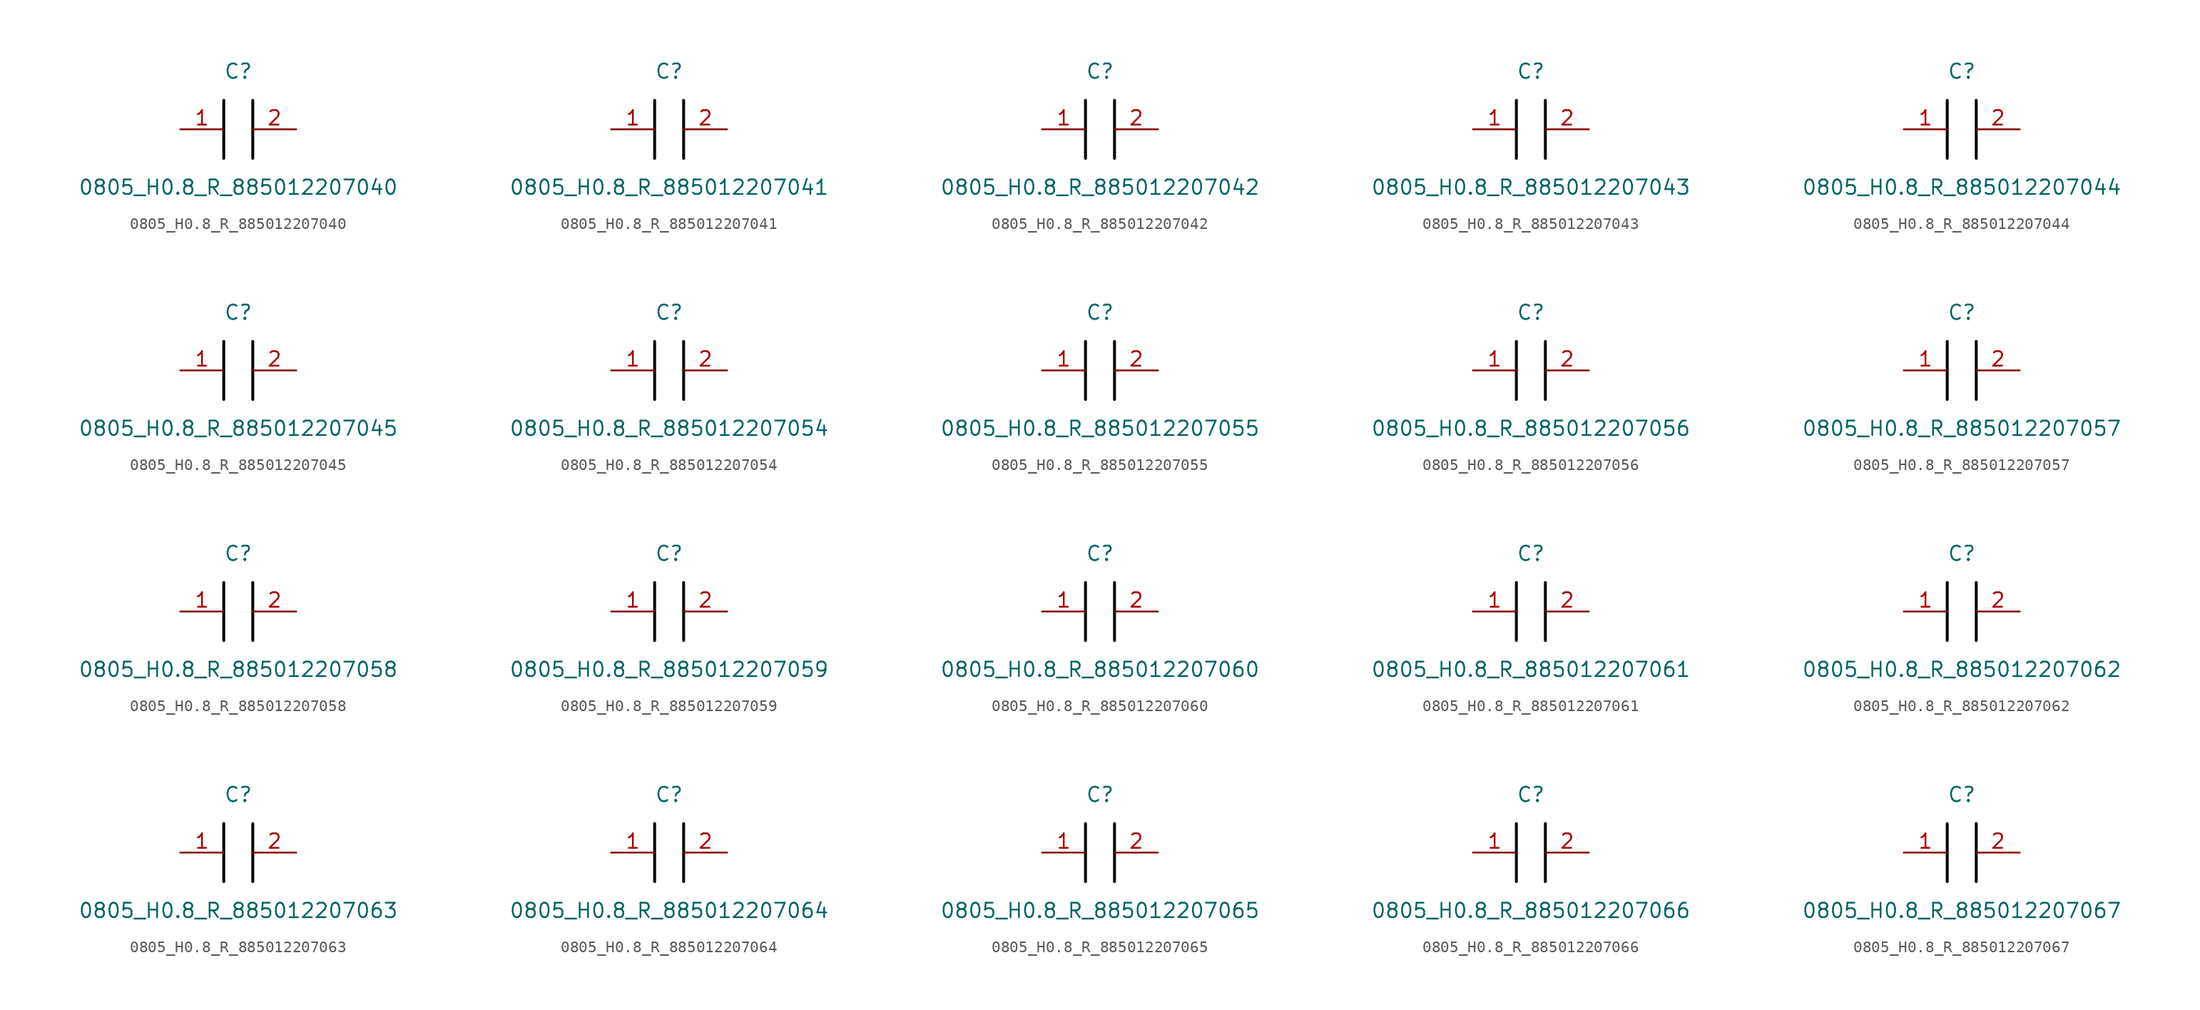
<source format=kicad_sym>
(kicad_symbol_lib
  (version 20220914)
  (generator kicad_symbol_editor)
  (symbol "0805_H0.8_R_885012207040"
    (pin_names hide)
    (property "Reference" "C"
      (at 0 5.08 0)
      (effects (font (size 1.27 1.27))))
    (property "Value" "0805_H0.8_R_885012207040"
      (at 0 -5.08 0)
      (effects (font (size 1.27 1.27))))
    (symbol "0805_H0.8_R_885012207040_1_1"
      (polyline (pts (xy -1.27 2.54) (xy -1.27 -2.54)) (stroke (width 0.254) (type default) (color 0 0 0 1)) (fill (type none)))
      (polyline (pts (xy 1.27 2.54) (xy 1.27 -2.54)) (stroke (width 0.254) (type default) (color 0 0 0 1)) (fill (type none)))
      (pin passive line (at -5.08 0 0) (length 3.81) (name "1" (effects (font (size 1.27 1.27)))) (number "1" (effects (font (size 1.27 1.27)))))
      (pin passive line (at 5.08 0 180) (length 3.81) (name "2" (effects (font (size 1.27 1.27)))) (number "2" (effects (font (size 1.27 1.27)))))))
  (symbol "0805_H0.8_R_885012207041"
    (pin_names hide)
    (property "Reference" "C"
      (at 0 5.08 0)
      (effects (font (size 1.27 1.27))))
    (property "Value" "0805_H0.8_R_885012207041"
      (at 0 -5.08 0)
      (effects (font (size 1.27 1.27))))
    (symbol "0805_H0.8_R_885012207041_1_1"
      (polyline (pts (xy -1.27 2.54) (xy -1.27 -2.54)) (stroke (width 0.254) (type default) (color 0 0 0 1)) (fill (type none)))
      (polyline (pts (xy 1.27 2.54) (xy 1.27 -2.54)) (stroke (width 0.254) (type default) (color 0 0 0 1)) (fill (type none)))
      (pin passive line (at -5.08 0 0) (length 3.81) (name "1" (effects (font (size 1.27 1.27)))) (number "1" (effects (font (size 1.27 1.27)))))
      (pin passive line (at 5.08 0 180) (length 3.81) (name "2" (effects (font (size 1.27 1.27)))) (number "2" (effects (font (size 1.27 1.27)))))))
  (symbol "0805_H0.8_R_885012207042"
    (pin_names hide)
    (property "Reference" "C"
      (at 0 5.08 0)
      (effects (font (size 1.27 1.27))))
    (property "Value" "0805_H0.8_R_885012207042"
      (at 0 -5.08 0)
      (effects (font (size 1.27 1.27))))
    (symbol "0805_H0.8_R_885012207042_1_1"
      (polyline (pts (xy -1.27 2.54) (xy -1.27 -2.54)) (stroke (width 0.254) (type default) (color 0 0 0 1)) (fill (type none)))
      (polyline (pts (xy 1.27 2.54) (xy 1.27 -2.54)) (stroke (width 0.254) (type default) (color 0 0 0 1)) (fill (type none)))
      (pin passive line (at -5.08 0 0) (length 3.81) (name "1" (effects (font (size 1.27 1.27)))) (number "1" (effects (font (size 1.27 1.27)))))
      (pin passive line (at 5.08 0 180) (length 3.81) (name "2" (effects (font (size 1.27 1.27)))) (number "2" (effects (font (size 1.27 1.27)))))))
  (symbol "0805_H0.8_R_885012207043"
    (pin_names hide)
    (property "Reference" "C"
      (at 0 5.08 0)
      (effects (font (size 1.27 1.27))))
    (property "Value" "0805_H0.8_R_885012207043"
      (at 0 -5.08 0)
      (effects (font (size 1.27 1.27))))
    (symbol "0805_H0.8_R_885012207043_1_1"
      (polyline (pts (xy -1.27 2.54) (xy -1.27 -2.54)) (stroke (width 0.254) (type default) (color 0 0 0 1)) (fill (type none)))
      (polyline (pts (xy 1.27 2.54) (xy 1.27 -2.54)) (stroke (width 0.254) (type default) (color 0 0 0 1)) (fill (type none)))
      (pin passive line (at -5.08 0 0) (length 3.81) (name "1" (effects (font (size 1.27 1.27)))) (number "1" (effects (font (size 1.27 1.27)))))
      (pin passive line (at 5.08 0 180) (length 3.81) (name "2" (effects (font (size 1.27 1.27)))) (number "2" (effects (font (size 1.27 1.27)))))))
  (symbol "0805_H0.8_R_885012207044"
    (pin_names hide)
    (property "Reference" "C"
      (at 0 5.08 0)
      (effects (font (size 1.27 1.27))))
    (property "Value" "0805_H0.8_R_885012207044"
      (at 0 -5.08 0)
      (effects (font (size 1.27 1.27))))
    (symbol "0805_H0.8_R_885012207044_1_1"
      (polyline (pts (xy -1.27 2.54) (xy -1.27 -2.54)) (stroke (width 0.254) (type default) (color 0 0 0 1)) (fill (type none)))
      (polyline (pts (xy 1.27 2.54) (xy 1.27 -2.54)) (stroke (width 0.254) (type default) (color 0 0 0 1)) (fill (type none)))
      (pin passive line (at -5.08 0 0) (length 3.81) (name "1" (effects (font (size 1.27 1.27)))) (number "1" (effects (font (size 1.27 1.27)))))
      (pin passive line (at 5.08 0 180) (length 3.81) (name "2" (effects (font (size 1.27 1.27)))) (number "2" (effects (font (size 1.27 1.27)))))))
  (symbol "0805_H0.8_R_885012207045"
    (pin_names hide)
    (property "Reference" "C"
      (at 0 5.08 0)
      (effects (font (size 1.27 1.27))))
    (property "Value" "0805_H0.8_R_885012207045"
      (at 0 -5.08 0)
      (effects (font (size 1.27 1.27))))
    (symbol "0805_H0.8_R_885012207045_1_1"
      (polyline (pts (xy -1.27 2.54) (xy -1.27 -2.54)) (stroke (width 0.254) (type default) (color 0 0 0 1)) (fill (type none)))
      (polyline (pts (xy 1.27 2.54) (xy 1.27 -2.54)) (stroke (width 0.254) (type default) (color 0 0 0 1)) (fill (type none)))
      (pin passive line (at -5.08 0 0) (length 3.81) (name "1" (effects (font (size 1.27 1.27)))) (number "1" (effects (font (size 1.27 1.27)))))
      (pin passive line (at 5.08 0 180) (length 3.81) (name "2" (effects (font (size 1.27 1.27)))) (number "2" (effects (font (size 1.27 1.27)))))))
  (symbol "0805_H0.8_R_885012207054"
    (pin_names hide)
    (property "Reference" "C"
      (at 0 5.08 0)
      (effects (font (size 1.27 1.27))))
    (property "Value" "0805_H0.8_R_885012207054"
      (at 0 -5.08 0)
      (effects (font (size 1.27 1.27))))
    (symbol "0805_H0.8_R_885012207054_1_1"
      (polyline (pts (xy -1.27 2.54) (xy -1.27 -2.54)) (stroke (width 0.254) (type default) (color 0 0 0 1)) (fill (type none)))
      (polyline (pts (xy 1.27 2.54) (xy 1.27 -2.54)) (stroke (width 0.254) (type default) (color 0 0 0 1)) (fill (type none)))
      (pin passive line (at -5.08 0 0) (length 3.81) (name "1" (effects (font (size 1.27 1.27)))) (number "1" (effects (font (size 1.27 1.27)))))
      (pin passive line (at 5.08 0 180) (length 3.81) (name "2" (effects (font (size 1.27 1.27)))) (number "2" (effects (font (size 1.27 1.27)))))))
  (symbol "0805_H0.8_R_885012207055"
    (pin_names hide)
    (property "Reference" "C"
      (at 0 5.08 0)
      (effects (font (size 1.27 1.27))))
    (property "Value" "0805_H0.8_R_885012207055"
      (at 0 -5.08 0)
      (effects (font (size 1.27 1.27))))
    (symbol "0805_H0.8_R_885012207055_1_1"
      (polyline (pts (xy -1.27 2.54) (xy -1.27 -2.54)) (stroke (width 0.254) (type default) (color 0 0 0 1)) (fill (type none)))
      (polyline (pts (xy 1.27 2.54) (xy 1.27 -2.54)) (stroke (width 0.254) (type default) (color 0 0 0 1)) (fill (type none)))
      (pin passive line (at -5.08 0 0) (length 3.81) (name "1" (effects (font (size 1.27 1.27)))) (number "1" (effects (font (size 1.27 1.27)))))
      (pin passive line (at 5.08 0 180) (length 3.81) (name "2" (effects (font (size 1.27 1.27)))) (number "2" (effects (font (size 1.27 1.27)))))))
  (symbol "0805_H0.8_R_885012207056"
    (pin_names hide)
    (property "Reference" "C"
      (at 0 5.08 0)
      (effects (font (size 1.27 1.27))))
    (property "Value" "0805_H0.8_R_885012207056"
      (at 0 -5.08 0)
      (effects (font (size 1.27 1.27))))
    (symbol "0805_H0.8_R_885012207056_1_1"
      (polyline (pts (xy -1.27 2.54) (xy -1.27 -2.54)) (stroke (width 0.254) (type default) (color 0 0 0 1)) (fill (type none)))
      (polyline (pts (xy 1.27 2.54) (xy 1.27 -2.54)) (stroke (width 0.254) (type default) (color 0 0 0 1)) (fill (type none)))
      (pin passive line (at -5.08 0 0) (length 3.81) (name "1" (effects (font (size 1.27 1.27)))) (number "1" (effects (font (size 1.27 1.27)))))
      (pin passive line (at 5.08 0 180) (length 3.81) (name "2" (effects (font (size 1.27 1.27)))) (number "2" (effects (font (size 1.27 1.27)))))))
  (symbol "0805_H0.8_R_885012207057"
    (pin_names hide)
    (property "Reference" "C"
      (at 0 5.08 0)
      (effects (font (size 1.27 1.27))))
    (property "Value" "0805_H0.8_R_885012207057"
      (at 0 -5.08 0)
      (effects (font (size 1.27 1.27))))
    (symbol "0805_H0.8_R_885012207057_1_1"
      (polyline (pts (xy -1.27 2.54) (xy -1.27 -2.54)) (stroke (width 0.254) (type default) (color 0 0 0 1)) (fill (type none)))
      (polyline (pts (xy 1.27 2.54) (xy 1.27 -2.54)) (stroke (width 0.254) (type default) (color 0 0 0 1)) (fill (type none)))
      (pin passive line (at -5.08 0 0) (length 3.81) (name "1" (effects (font (size 1.27 1.27)))) (number "1" (effects (font (size 1.27 1.27)))))
      (pin passive line (at 5.08 0 180) (length 3.81) (name "2" (effects (font (size 1.27 1.27)))) (number "2" (effects (font (size 1.27 1.27)))))))
  (symbol "0805_H0.8_R_885012207058"
    (pin_names hide)
    (property "Reference" "C"
      (at 0 5.08 0)
      (effects (font (size 1.27 1.27))))
    (property "Value" "0805_H0.8_R_885012207058"
      (at 0 -5.08 0)
      (effects (font (size 1.27 1.27))))
    (symbol "0805_H0.8_R_885012207058_1_1"
      (polyline (pts (xy -1.27 2.54) (xy -1.27 -2.54)) (stroke (width 0.254) (type default) (color 0 0 0 1)) (fill (type none)))
      (polyline (pts (xy 1.27 2.54) (xy 1.27 -2.54)) (stroke (width 0.254) (type default) (color 0 0 0 1)) (fill (type none)))
      (pin passive line (at -5.08 0 0) (length 3.81) (name "1" (effects (font (size 1.27 1.27)))) (number "1" (effects (font (size 1.27 1.27)))))
      (pin passive line (at 5.08 0 180) (length 3.81) (name "2" (effects (font (size 1.27 1.27)))) (number "2" (effects (font (size 1.27 1.27)))))))
  (symbol "0805_H0.8_R_885012207059"
    (pin_names hide)
    (property "Reference" "C"
      (at 0 5.08 0)
      (effects (font (size 1.27 1.27))))
    (property "Value" "0805_H0.8_R_885012207059"
      (at 0 -5.08 0)
      (effects (font (size 1.27 1.27))))
    (symbol "0805_H0.8_R_885012207059_1_1"
      (polyline (pts (xy -1.27 2.54) (xy -1.27 -2.54)) (stroke (width 0.254) (type default) (color 0 0 0 1)) (fill (type none)))
      (polyline (pts (xy 1.27 2.54) (xy 1.27 -2.54)) (stroke (width 0.254) (type default) (color 0 0 0 1)) (fill (type none)))
      (pin passive line (at -5.08 0 0) (length 3.81) (name "1" (effects (font (size 1.27 1.27)))) (number "1" (effects (font (size 1.27 1.27)))))
      (pin passive line (at 5.08 0 180) (length 3.81) (name "2" (effects (font (size 1.27 1.27)))) (number "2" (effects (font (size 1.27 1.27)))))))
  (symbol "0805_H0.8_R_885012207060"
    (pin_names hide)
    (property "Reference" "C"
      (at 0 5.08 0)
      (effects (font (size 1.27 1.27))))
    (property "Value" "0805_H0.8_R_885012207060"
      (at 0 -5.08 0)
      (effects (font (size 1.27 1.27))))
    (symbol "0805_H0.8_R_885012207060_1_1"
      (polyline (pts (xy -1.27 2.54) (xy -1.27 -2.54)) (stroke (width 0.254) (type default) (color 0 0 0 1)) (fill (type none)))
      (polyline (pts (xy 1.27 2.54) (xy 1.27 -2.54)) (stroke (width 0.254) (type default) (color 0 0 0 1)) (fill (type none)))
      (pin passive line (at -5.08 0 0) (length 3.81) (name "1" (effects (font (size 1.27 1.27)))) (number "1" (effects (font (size 1.27 1.27)))))
      (pin passive line (at 5.08 0 180) (length 3.81) (name "2" (effects (font (size 1.27 1.27)))) (number "2" (effects (font (size 1.27 1.27)))))))
  (symbol "0805_H0.8_R_885012207061"
    (pin_names hide)
    (property "Reference" "C"
      (at 0 5.08 0)
      (effects (font (size 1.27 1.27))))
    (property "Value" "0805_H0.8_R_885012207061"
      (at 0 -5.08 0)
      (effects (font (size 1.27 1.27))))
    (symbol "0805_H0.8_R_885012207061_1_1"
      (polyline (pts (xy -1.27 2.54) (xy -1.27 -2.54)) (stroke (width 0.254) (type default) (color 0 0 0 1)) (fill (type none)))
      (polyline (pts (xy 1.27 2.54) (xy 1.27 -2.54)) (stroke (width 0.254) (type default) (color 0 0 0 1)) (fill (type none)))
      (pin passive line (at -5.08 0 0) (length 3.81) (name "1" (effects (font (size 1.27 1.27)))) (number "1" (effects (font (size 1.27 1.27)))))
      (pin passive line (at 5.08 0 180) (length 3.81) (name "2" (effects (font (size 1.27 1.27)))) (number "2" (effects (font (size 1.27 1.27)))))))
  (symbol "0805_H0.8_R_885012207062"
    (pin_names hide)
    (property "Reference" "C"
      (at 0 5.08 0)
      (effects (font (size 1.27 1.27))))
    (property "Value" "0805_H0.8_R_885012207062"
      (at 0 -5.08 0)
      (effects (font (size 1.27 1.27))))
    (symbol "0805_H0.8_R_885012207062_1_1"
      (polyline (pts (xy -1.27 2.54) (xy -1.27 -2.54)) (stroke (width 0.254) (type default) (color 0 0 0 1)) (fill (type none)))
      (polyline (pts (xy 1.27 2.54) (xy 1.27 -2.54)) (stroke (width 0.254) (type default) (color 0 0 0 1)) (fill (type none)))
      (pin passive line (at -5.08 0 0) (length 3.81) (name "1" (effects (font (size 1.27 1.27)))) (number "1" (effects (font (size 1.27 1.27)))))
      (pin passive line (at 5.08 0 180) (length 3.81) (name "2" (effects (font (size 1.27 1.27)))) (number "2" (effects (font (size 1.27 1.27)))))))
  (symbol "0805_H0.8_R_885012207063"
    (pin_names hide)
    (property "Reference" "C"
      (at 0 5.08 0)
      (effects (font (size 1.27 1.27))))
    (property "Value" "0805_H0.8_R_885012207063"
      (at 0 -5.08 0)
      (effects (font (size 1.27 1.27))))
    (symbol "0805_H0.8_R_885012207063_1_1"
      (polyline (pts (xy -1.27 2.54) (xy -1.27 -2.54)) (stroke (width 0.254) (type default) (color 0 0 0 1)) (fill (type none)))
      (polyline (pts (xy 1.27 2.54) (xy 1.27 -2.54)) (stroke (width 0.254) (type default) (color 0 0 0 1)) (fill (type none)))
      (pin passive line (at -5.08 0 0) (length 3.81) (name "1" (effects (font (size 1.27 1.27)))) (number "1" (effects (font (size 1.27 1.27)))))
      (pin passive line (at 5.08 0 180) (length 3.81) (name "2" (effects (font (size 1.27 1.27)))) (number "2" (effects (font (size 1.27 1.27)))))))
  (symbol "0805_H0.8_R_885012207064"
    (pin_names hide)
    (property "Reference" "C"
      (at 0 5.08 0)
      (effects (font (size 1.27 1.27))))
    (property "Value" "0805_H0.8_R_885012207064"
      (at 0 -5.08 0)
      (effects (font (size 1.27 1.27))))
    (symbol "0805_H0.8_R_885012207064_1_1"
      (polyline (pts (xy -1.27 2.54) (xy -1.27 -2.54)) (stroke (width 0.254) (type default) (color 0 0 0 1)) (fill (type none)))
      (polyline (pts (xy 1.27 2.54) (xy 1.27 -2.54)) (stroke (width 0.254) (type default) (color 0 0 0 1)) (fill (type none)))
      (pin passive line (at -5.08 0 0) (length 3.81) (name "1" (effects (font (size 1.27 1.27)))) (number "1" (effects (font (size 1.27 1.27)))))
      (pin passive line (at 5.08 0 180) (length 3.81) (name "2" (effects (font (size 1.27 1.27)))) (number "2" (effects (font (size 1.27 1.27)))))))
  (symbol "0805_H0.8_R_885012207065"
    (pin_names hide)
    (property "Reference" "C"
      (at 0 5.08 0)
      (effects (font (size 1.27 1.27))))
    (property "Value" "0805_H0.8_R_885012207065"
      (at 0 -5.08 0)
      (effects (font (size 1.27 1.27))))
    (symbol "0805_H0.8_R_885012207065_1_1"
      (polyline (pts (xy -1.27 2.54) (xy -1.27 -2.54)) (stroke (width 0.254) (type default) (color 0 0 0 1)) (fill (type none)))
      (polyline (pts (xy 1.27 2.54) (xy 1.27 -2.54)) (stroke (width 0.254) (type default) (color 0 0 0 1)) (fill (type none)))
      (pin passive line (at -5.08 0 0) (length 3.81) (name "1" (effects (font (size 1.27 1.27)))) (number "1" (effects (font (size 1.27 1.27)))))
      (pin passive line (at 5.08 0 180) (length 3.81) (name "2" (effects (font (size 1.27 1.27)))) (number "2" (effects (font (size 1.27 1.27)))))))
  (symbol "0805_H0.8_R_885012207066"
    (pin_names hide)
    (property "Reference" "C"
      (at 0 5.08 0)
      (effects (font (size 1.27 1.27))))
    (property "Value" "0805_H0.8_R_885012207066"
      (at 0 -5.08 0)
      (effects (font (size 1.27 1.27))))
    (symbol "0805_H0.8_R_885012207066_1_1"
      (polyline (pts (xy -1.27 2.54) (xy -1.27 -2.54)) (stroke (width 0.254) (type default) (color 0 0 0 1)) (fill (type none)))
      (polyline (pts (xy 1.27 2.54) (xy 1.27 -2.54)) (stroke (width 0.254) (type default) (color 0 0 0 1)) (fill (type none)))
      (pin passive line (at -5.08 0 0) (length 3.81) (name "1" (effects (font (size 1.27 1.27)))) (number "1" (effects (font (size 1.27 1.27)))))
      (pin passive line (at 5.08 0 180) (length 3.81) (name "2" (effects (font (size 1.27 1.27)))) (number "2" (effects (font (size 1.27 1.27)))))))
  (symbol "0805_H0.8_R_885012207067"
    (pin_names hide)
    (property "Reference" "C"
      (at 0 5.08 0)
      (effects (font (size 1.27 1.27))))
    (property "Value" "0805_H0.8_R_885012207067"
      (at 0 -5.08 0)
      (effects (font (size 1.27 1.27))))
    (symbol "0805_H0.8_R_885012207067_1_1"
      (polyline (pts (xy -1.27 2.54) (xy -1.27 -2.54)) (stroke (width 0.254) (type default) (color 0 0 0 1)) (fill (type none)))
      (polyline (pts (xy 1.27 2.54) (xy 1.27 -2.54)) (stroke (width 0.254) (type default) (color 0 0 0 1)) (fill (type none)))
      (pin passive line (at -5.08 0 0) (length 3.81) (name "1" (effects (font (size 1.27 1.27)))) (number "1" (effects (font (size 1.27 1.27)))))
      (pin passive line (at 5.08 0 180) (length 3.81) (name "2" (effects (font (size 1.27 1.27)))) (number "2" (effects (font (size 1.27 1.27))))))))
</source>
